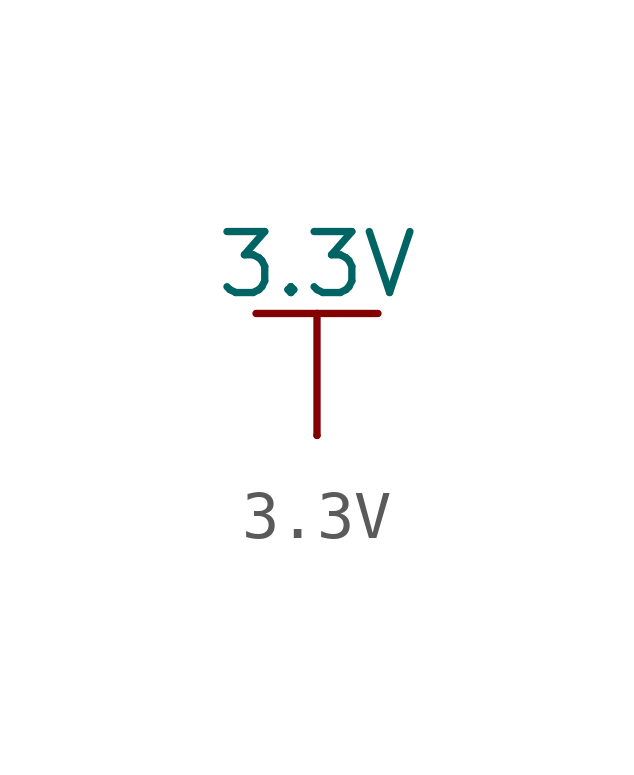
<source format=kicad_sym>
(kicad_symbol_lib
  (version 20231120)
  (generator "kicad_symbol_editor")
  (generator_version "8.0")
  (symbol "3.3V"
    (power)
    (pin_numbers hide)
    (pin_names
      (offset 0) hide)
    (property "Reference" "#PWR"
      (at 0 -3.81 0)
      (effects (font (size 1.27 1.27)) (hide yes)))
    (property "Value" "3.3V"
      (at 0 3.556 0)
      (effects (font (size 1.27 1.27))))
    (symbol "3.3V_0_1"
      (polyline (pts (xy -1.27 2.54) (xy 0 2.54)) (stroke (width 0) (type default)) (fill (type none)))
      (polyline (pts (xy 0 0) (xy 0 2.54)) (stroke (width 0) (type default)) (fill (type none)))
      (polyline (pts (xy 0 2.54) (xy 1.27 2.54)) (stroke (width 0) (type default)) (fill (type none))))
    (symbol "3.3V_1_1"
      (pin power_in line (at 0 0 90) (length 0) (name "~" (effects (font (size 1.27 1.27)))) (number "1" (effects (font (size 1.27 1.27))))))))
</source>
